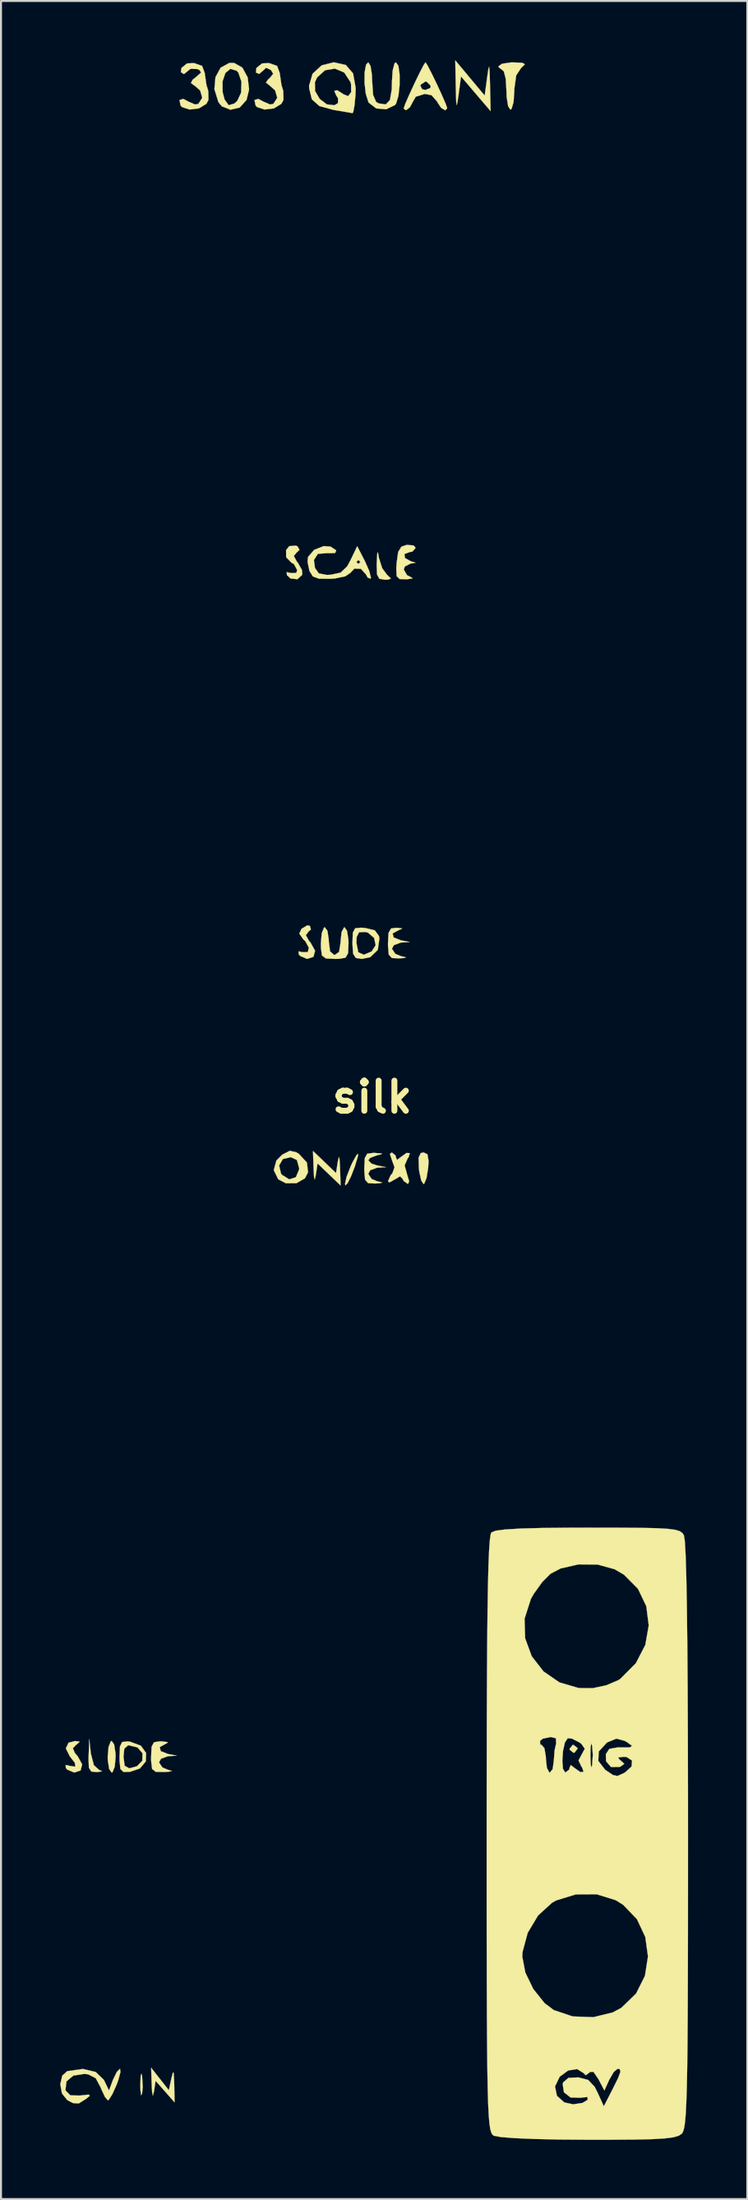
<source format=kicad_pcb>
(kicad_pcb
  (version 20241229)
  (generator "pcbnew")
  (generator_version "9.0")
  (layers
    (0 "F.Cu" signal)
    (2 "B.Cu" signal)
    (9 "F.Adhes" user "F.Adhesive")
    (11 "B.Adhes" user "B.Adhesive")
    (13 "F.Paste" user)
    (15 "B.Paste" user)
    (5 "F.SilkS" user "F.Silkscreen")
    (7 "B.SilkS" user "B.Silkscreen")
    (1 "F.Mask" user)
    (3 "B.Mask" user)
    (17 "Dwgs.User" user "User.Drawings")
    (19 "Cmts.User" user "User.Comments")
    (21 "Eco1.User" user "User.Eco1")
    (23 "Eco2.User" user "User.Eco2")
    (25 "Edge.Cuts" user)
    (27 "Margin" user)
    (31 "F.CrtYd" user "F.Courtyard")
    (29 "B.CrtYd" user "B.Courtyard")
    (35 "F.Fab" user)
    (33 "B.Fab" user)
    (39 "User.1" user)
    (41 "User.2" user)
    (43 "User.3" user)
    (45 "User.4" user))
  (footprint "silk"
    (layer "F.Cu")
    (at 15.807 52.505)
    (property "Reference" "silk" (at 0 0 0) (layer "F.SilkS") (effects (font (size 1.524 1.524) (thickness 0.3))))
    (attr through_hole)
    (fp_poly (pts (xy -11.659 49.55) (xy -11.626 50.133) (xy -11.659 50.45) (xy -11.708 50.545) (xy -11.74 50.294) (xy -11.746 50) (xy -11.73 49.567) (xy -11.69 49.449) (xy -11.659 49.55)) (stroke (width 0.01) (type solid)) (fill yes) (layer "F.SilkS"))
    (fp_poly (pts (xy 10.394 32.952) (xy 10.4 33) (xy 10.248 33.194) (xy 10.2 33.2) (xy 10.006 33.048) (xy 10 33) (xy 10.152 32.806) (xy 10.2 32.8) (xy 10.394 32.952)) (stroke (width 0.01) (type solid)) (fill yes) (layer "F.SilkS"))
    (fp_poly (pts (xy -14.255 33.238) (xy -14.1 33.829) (xy -13.839 34.064) (xy -13.682 34.136) (xy -13.914 34.175) (xy -13.95 34.177) (xy -14.232 34.148) (xy -14.354 33.954) (xy -14.371 33.488) (xy -14.366 33.35) (xy -14.333 32.5) (xy -14.255 33.238)) (stroke (width 0.01) (type solid)) (fill yes) (layer "F.SilkS"))
    (fp_poly (pts (xy -0.726 3) (xy -0.882 3.521) (xy -1.069 4.003) (xy -1.242 4.351) (xy -1.357 4.467) (xy -1.378 4.4) (xy -1.301 4.044) (xy -1.094 3.509) (xy -0.997 3.3) (xy -0.793 2.93) (xy -0.708 2.871) (xy -0.726 3)) (stroke (width 0.01) (type solid)) (fill yes) (layer "F.SilkS"))
    (fp_poly (pts (xy -13.075 32.777) (xy -13.005 33.221) (xy -13 33.4) (xy -13.044 33.901) (xy -13.155 34.18) (xy -13.2 34.2) (xy -13.325 34.023) (xy -13.395 33.579) (xy -13.4 33.4) (xy -13.356 32.899) (xy -13.245 32.62) (xy -13.2 32.6) (xy -13.075 32.777)) (stroke (width 0.01) (type solid)) (fill yes) (layer "F.SilkS"))
    (fp_poly (pts (xy 2.798 2.892) (xy 2.857 3.228) (xy 2.834 3.6) (xy 2.751 4.101) (xy 2.637 4.38) (xy 2.6 4.4) (xy 2.484 4.223) (xy 2.387 3.779) (xy 2.366 3.6) (xy 2.351 3.067) (xy 2.459 2.834) (xy 2.6 2.8) (xy 2.798 2.892)) (stroke (width 0.01) (type solid)) (fill yes) (layer "F.SilkS"))
    (fp_poly (pts (xy 0.34 -27.315) (xy 0.342 -27.3) (xy 0.506 -26.783) (xy 0.751 -26.45) (xy 0.951 -26.26) (xy 0.799 -26.203) (xy 0.638 -26.2) (xy 0.363 -26.248) (xy 0.243 -26.465) (xy 0.227 -26.957) (xy 0.23 -27.05) (xy 0.255 -27.513) (xy 0.289 -27.595) (xy 0.34 -27.315)) (stroke (width 0.01) (type solid)) (fill yes) (layer "F.SilkS"))
    (fp_poly (pts (xy -2.415 3.285) (xy -1.831 3.845) (xy -1.745 3.273) (xy -1.691 3.027) (xy -1.653 3.16) (xy -1.63 3.587) (xy -1.6 4.475) (xy -2.185 3.915) (xy -2.769 3.355) (xy -2.855 3.927) (xy -2.909 4.173) (xy -2.947 4.04) (xy -2.97 3.613) (xy -3 2.725) (xy -2.415 3.285)) (stroke (width 0.01) (type solid)) (fill yes) (layer "F.SilkS"))
    (fp_poly (pts (xy -10.751 49.717) (xy -10.302 50.288) (xy -10.175 49.694) (xy -10.098 49.39) (xy -10.055 49.421) (xy -10.034 49.814) (xy -10.03 50) (xy -10.013 50.9) (xy -10.493 50.354) (xy -10.974 49.808) (xy -11.057 50.354) (xy -11.112 50.565) (xy -11.151 50.377) (xy -11.17 50.023) (xy -11.2 49.146) (xy -10.751 49.717)) (stroke (width 0.01) (type solid)) (fill yes) (layer "F.SilkS"))
    (fp_poly (pts (xy 5.7 -50.715) (xy 5.82 -51.607) (xy 5.884 -52.052) (xy 5.924 -52.179) (xy 5.948 -51.961) (xy 5.966 -51.375) (xy 5.97 -51.214) (xy 6 -49.928) (xy 5.25 -50.806) (xy 4.5 -51.685) (xy 4.38 -50.792) (xy 4.316 -50.353) (xy 4.277 -50.233) (xy 4.254 -50.456) (xy 4.237 -51.05) (xy 4.234 -51.2) (xy 4.208 -52.5) (xy 5.7 -50.715)) (stroke (width 0.01) (type solid)) (fill yes) (layer "F.SilkS"))
    (fp_poly (pts (xy -14.817 32.637) (xy -14.972 32.778) (xy -14.992 32.791) (xy -15.166 32.971) (xy -15.062 33.213) (xy -14.922 33.375) (xy -14.693 33.789) (xy -14.777 34.096) (xy -15.1 34.2) (xy -15.451 34.05) (xy -15.521 33.966) (xy -15.531 33.816) (xy -15.333 33.86) (xy -15.044 33.904) (xy -15.062 33.712) (xy -15.32 33.378) (xy -15.522 32.977) (xy -15.383 32.688) (xy -15.038 32.603) (xy -14.817 32.637)) (stroke (width 0.01) (type solid)) (fill yes) (layer "F.SilkS"))
    (fp_poly (pts (xy -3.156 -8.673) (xy -3.105 -8.489) (xy -3.221 -8.387) (xy -3.361 -8.204) (xy -3.208 -7.923) (xy -3.122 -7.825) (xy -2.893 -7.411) (xy -2.977 -7.104) (xy -3.3 -7) (xy -3.651 -7.15) (xy -3.721 -7.234) (xy -3.731 -7.384) (xy -3.533 -7.34) (xy -3.262 -7.345) (xy -3.21 -7.566) (xy -3.381 -7.884) (xy -3.502 -8.002) (xy -3.693 -8.283) (xy -3.58 -8.524) (xy -3.294 -8.697) (xy -3.156 -8.673)) (stroke (width 0.01) (type solid)) (fill yes) (layer "F.SilkS"))
    (fp_poly (pts (xy -3.779 -27.887) (xy -3.684 -27.709) (xy -3.821 -27.587) (xy -3.971 -27.403) (xy -3.822 -27.125) (xy -3.768 -27.062) (xy -3.556 -26.686) (xy -3.543 -26.45) (xy -3.79 -26.225) (xy -4.137 -26.263) (xy -4.321 -26.434) (xy -4.331 -26.584) (xy -4.133 -26.54) (xy -3.85 -26.542) (xy -3.8 -26.685) (xy -3.961 -26.988) (xy -4.1 -27.072) (xy -4.359 -27.338) (xy -4.363 -27.701) (xy -4.2 -27.9) (xy -3.866 -27.926) (xy -3.779 -27.887)) (stroke (width 0.01) (type solid)) (fill yes) (layer "F.SilkS"))
    (fp_poly (pts (xy 7.614 -52.374) (xy 7.734 -52.3) (xy 7.567 -52.134) (xy 7.55 -52.122) (xy 7.296 -51.739) (xy 7.202 -51.062) (xy 7.2 -50.928) (xy 7.161 -50.382) (xy 7.063 -50.048) (xy 7 -50) (xy 6.886 -50.18) (xy 6.813 -50.64) (xy 6.8 -51) (xy 6.764 -51.57) (xy 6.672 -51.933) (xy 6.6 -52) (xy 6.406 -52.152) (xy 6.4 -52.2) (xy 6.577 -52.327) (xy 7.014 -52.391) (xy 7.15 -52.394) (xy 7.614 -52.374)) (stroke (width 0.01) (type solid)) (fill yes) (layer "F.SilkS"))
    (fp_poly (pts (xy -10.65 32.623) (xy -10.347 32.662) (xy -10.423 32.73) (xy -10.45 32.738) (xy -10.765 32.912) (xy -10.712 33.116) (xy -10.35 33.259) (xy -9.9 33.346) (xy -10.35 33.373) (xy -10.701 33.502) (xy -10.8 33.686) (xy -10.63 33.942) (xy -10.35 34.059) (xy -10.144 34.12) (xy -10.319 34.16) (xy -10.55 34.173) (xy -10.966 34.164) (xy -11.151 34.018) (xy -11.199 33.622) (xy -11.2 33.4) (xy -11.176 32.888) (xy -11.052 32.665) (xy -10.75 32.62) (xy -10.65 32.623)) (stroke (width 0.01) (type solid)) (fill yes) (layer "F.SilkS"))
    (fp_poly (pts (xy 1.25 -8.577) (xy 1.521 -8.543) (xy 1.407 -8.478) (xy 1.35 -8.462) (xy 1.035 -8.288) (xy 1.088 -8.084) (xy 1.45 -7.941) (xy 1.9 -7.854) (xy 1.45 -7.827) (xy 1.099 -7.698) (xy 1 -7.514) (xy 1.17 -7.258) (xy 1.45 -7.141) (xy 1.714 -7.078) (xy 1.609 -7.043) (xy 1.35 -7.027) (xy 0.997 -7.044) (xy 0.84 -7.216) (xy 0.801 -7.652) (xy 0.8 -7.8) (xy 0.828 -8.315) (xy 0.954 -8.539) (xy 1.239 -8.577) (xy 1.25 -8.577)) (stroke (width 0.01) (type solid)) (fill yes) (layer "F.SilkS"))
    (fp_poly (pts (xy 0.15 2.827) (xy 0.493 2.855) (xy 0.456 2.897) (xy 0.25 2.941) (xy -0.101 3.074) (xy -0.2 3.2) (xy -0.031 3.367) (xy 0.25 3.459) (xy 0.7 3.546) (xy 0.25 3.573) (xy -0.101 3.702) (xy -0.2 3.886) (xy -0.03 4.142) (xy 0.25 4.259) (xy 0.514 4.322) (xy 0.409 4.357) (xy 0.15 4.373) (xy -0.203 4.356) (xy -0.36 4.184) (xy -0.399 3.748) (xy -0.4 3.6) (xy -0.376 3.088) (xy -0.253 2.866) (xy 0.048 2.823) (xy 0.15 2.827)) (stroke (width 0.01) (type solid)) (fill yes) (layer "F.SilkS"))
    (fp_poly (pts (xy 2.098 -27.935) (xy 2.2 -27.814) (xy 2.038 -27.624) (xy 1.9 -27.6) (xy 1.631 -27.501) (xy 1.662 -27.298) (xy 1.95 -27.138) (xy 2.196 -27.062) (xy 2.054 -27.031) (xy 1.95 -27.023) (xy 1.653 -26.869) (xy 1.6 -26.715) (xy 1.766 -26.429) (xy 1.95 -26.338) (xy 2.055 -26.268) (xy 1.787 -26.225) (xy 1.738 -26.223) (xy 1.389 -26.235) (xy 1.238 -26.383) (xy 1.221 -26.773) (xy 1.238 -27.05) (xy 1.315 -27.605) (xy 1.48 -27.874) (xy 1.75 -27.964) (xy 2.098 -27.935)) (stroke (width 0.01) (type solid)) (fill yes) (layer "F.SilkS"))
    (fp_poly (pts (xy -12.27 32.637) (xy -11.72 32.841) (xy -11.453 33.213) (xy -11.47 33.635) (xy -11.769 33.993) (xy -12.27 34.163) (xy -12.606 34.171) (xy -12.758 34.018) (xy -12.799 33.601) (xy -12.8 33.4) (xy -12.6 33.4) (xy -12.541 33.858) (xy -12.31 33.986) (xy -11.916 33.879) (xy -11.648 33.606) (xy -11.636 33.226) (xy -11.883 32.936) (xy -11.916 32.921) (xy -12.36 32.815) (xy -12.56 32.989) (xy -12.6 33.4) (xy -12.8 33.4) (xy -12.779 32.879) (xy -12.669 32.655) (xy -12.399 32.623) (xy -12.27 32.637)) (stroke (width 0.01) (type solid)) (fill yes) (layer "F.SilkS"))
    (fp_poly (pts (xy -3.842 2.794) (xy -3.709 2.877) (xy -3.307 3.314) (xy -3.251 3.808) (xy -3.408 4.11) (xy -3.839 4.358) (xy -4.377 4.361) (xy -4.76 4.16) (xy -4.987 3.698) (xy -4.922 3.459) (xy -4.715 3.459) (xy -4.622 3.866) (xy -4.572 3.934) (xy -4.201 4.164) (xy -3.868 4.056) (xy -3.702 3.661) (xy -3.7 3.597) (xy -3.816 3.181) (xy -4.125 3.039) (xy -4.525 3.134) (xy -4.715 3.459) (xy -4.922 3.459) (xy -4.855 3.211) (xy -4.559 2.914) (xy -4.175 2.716) (xy -3.842 2.794)) (stroke (width 0.01) (type solid)) (fill yes) (layer "F.SilkS"))
    (fp_poly (pts (xy 1.187 2.957) (xy 1.2 3.04) (xy 1.259 3.179) (xy 1.44 3.04) (xy 1.739 2.827) (xy 1.907 2.836) (xy 1.84 3.048) (xy 1.795 3.106) (xy 1.643 3.456) (xy 1.766 3.906) (xy 1.873 4.262) (xy 1.812 4.4) (xy 1.593 4.242) (xy 1.549 4.15) (xy 1.414 4.009) (xy 1.134 4.174) (xy 1.133 4.174) (xy 0.874 4.319) (xy 0.8 4.264) (xy 0.926 3.971) (xy 1.019 3.861) (xy 1.133 3.553) (xy 1.011 3.221) (xy 0.896 2.877) (xy 0.993 2.8) (xy 1.187 2.957)) (stroke (width 0.01) (type solid)) (fill yes) (layer "F.SilkS"))
    (fp_poly (pts (xy -1.275 -8.423) (xy -1.205 -7.979) (xy -1.2 -7.8) (xy -1.221 -7.288) (xy -1.352 -7.06) (xy -1.693 -7.002) (xy -1.9 -7) (xy -2.348 -7.024) (xy -2.547 -7.174) (xy -2.598 -7.564) (xy -2.6 -7.8) (xy -2.556 -8.301) (xy -2.445 -8.58) (xy -2.4 -8.6) (xy -2.268 -8.424) (xy -2.202 -7.992) (xy -2.2 -7.9) (xy -2.135 -7.382) (xy -1.927 -7.201) (xy -1.9 -7.2) (xy -1.678 -7.352) (xy -1.601 -7.836) (xy -1.6 -7.9) (xy -1.55 -8.363) (xy -1.426 -8.594) (xy -1.4 -8.6) (xy -1.275 -8.423)) (stroke (width 0.01) (type solid)) (fill yes) (layer "F.SilkS"))
    (fp_poly (pts (xy -0.35 -8.563) (xy 0.133 -8.445) (xy 0.341 -8.163) (xy 0.365 -8.039) (xy 0.284 -7.456) (xy -0.101 -7.087) (xy -0.524 -7) (xy -0.83 -7.047) (xy -0.967 -7.262) (xy -1 -7.755) (xy -1 -7.813) (xy -1 -7.814) (xy -0.8 -7.814) (xy -0.706 -7.336) (xy -0.421 -7.21) (xy -0.03 -7.377) (xy 0.175 -7.69) (xy 0.098 -8.06) (xy -0.21 -8.327) (xy -0.352 -8.364) (xy -0.668 -8.348) (xy -0.787 -8.103) (xy -0.8 -7.814) (xy -1 -7.814) (xy -0.981 -8.328) (xy -0.865 -8.549) (xy -0.559 -8.581) (xy -0.35 -8.563)) (stroke (width 0.01) (type solid)) (fill yes) (layer "F.SilkS"))
    (fp_poly (pts (xy -6.577 -52.13) (xy -6.309 -51.636) (xy -6.238 -51.021) (xy -6.366 -50.496) (xy -6.713 -50.11) (xy -7.182 -49.998) (xy -7.622 -50.173) (xy -7.793 -50.387) (xy -7.993 -51.036) (xy -7.959 -51.44) (xy -7.581 -51.44) (xy -7.579 -50.897) (xy -7.479 -50.516) (xy -7.272 -50.227) (xy -6.981 -50.314) (xy -6.84 -50.44) (xy -6.641 -50.863) (xy -6.622 -51.412) (xy -6.779 -51.875) (xy -6.865 -51.971) (xy -7.184 -52.069) (xy -7.436 -51.861) (xy -7.581 -51.44) (xy -7.959 -51.44) (xy -7.941 -51.649) (xy -7.679 -52.126) (xy -7.245 -52.366) (xy -6.995 -52.369) (xy -6.577 -52.13)) (stroke (width 0.01) (type solid)) (fill yes) (layer "F.SilkS"))
    (fp_poly (pts (xy 1.326 -52.226) (xy 1.388 -51.793) (xy 1.388 -51.239) (xy 1.328 -50.7) (xy 1.211 -50.312) (xy 1.16 -50.24) (xy 0.71 -50.021) (xy 0.202 -50.066) (xy -0.176 -50.357) (xy -0.193 -50.387) (xy -0.324 -50.806) (xy -0.388 -51.353) (xy -0.384 -51.891) (xy -0.31 -52.283) (xy -0.2 -52.4) (xy -0.085 -52.22) (xy -0.013 -51.762) (xy 0 -51.421) (xy 0.045 -50.753) (xy 0.196 -50.401) (xy 0.318 -50.321) (xy 0.685 -50.268) (xy 0.899 -50.489) (xy 0.991 -51.031) (xy 1 -51.412) (xy 1.036 -51.978) (xy 1.129 -52.336) (xy 1.2 -52.4) (xy 1.326 -52.226)) (stroke (width 0.01) (type solid)) (fill yes) (layer "F.SilkS"))
    (fp_poly (pts (xy -4.816 -52.216) (xy -4.679 -51.841) (xy -4.677 -51.8) (xy -4.599 -51.259) (xy -4.505 -50.947) (xy -4.496 -50.492) (xy -4.602 -50.297) (xy -4.976 -50.068) (xy -5.453 -50.009) (xy -5.837 -50.134) (xy -5.908 -50.213) (xy -5.965 -50.487) (xy -5.769 -50.549) (xy -5.514 -50.411) (xy -5.172 -50.264) (xy -5.009 -50.295) (xy -4.81 -50.603) (xy -4.918 -50.977) (xy -5.15 -51.186) (xy -5.383 -51.375) (xy -5.266 -51.544) (xy -5.202 -51.588) (xy -5.017 -51.818) (xy -5.129 -52.009) (xy -5.376 -52.125) (xy -5.489 -52.017) (xy -5.725 -51.81) (xy -5.888 -51.881) (xy -5.868 -52.111) (xy -5.58 -52.344) (xy -5.224 -52.361) (xy -4.816 -52.216)) (stroke (width 0.01) (type solid)) (fill yes) (layer "F.SilkS"))
    (fp_poly (pts (xy -8.616 -52.216) (xy -8.479 -51.841) (xy -8.477 -51.8) (xy -8.399 -51.259) (xy -8.305 -50.947) (xy -8.296 -50.492) (xy -8.402 -50.297) (xy -8.776 -50.068) (xy -9.253 -50.009) (xy -9.637 -50.134) (xy -9.708 -50.213) (xy -9.765 -50.487) (xy -9.569 -50.549) (xy -9.314 -50.411) (xy -8.972 -50.264) (xy -8.809 -50.295) (xy -8.61 -50.602) (xy -8.717 -50.973) (xy -8.95 -51.179) (xy -9.185 -51.35) (xy -9.099 -51.518) (xy -8.922 -51.656) (xy -8.672 -51.88) (xy -8.747 -52.008) (xy -8.866 -52.059) (xy -9.2 -52.072) (xy -9.305 -51.991) (xy -9.536 -51.803) (xy -9.691 -51.9) (xy -9.668 -52.111) (xy -9.38 -52.344) (xy -9.024 -52.361) (xy -8.616 -52.216)) (stroke (width 0.01) (type solid)) (fill yes) (layer "F.SilkS"))
    (fp_poly (pts (xy 2.806 -52.237) (xy 3.018 -51.826) (xy 3.28 -51.286) (xy 3.534 -50.735) (xy 3.726 -50.292) (xy 3.8 -50.076) (xy 3.701 -49.969) (xy 3.494 -50.093) (xy 3.314 -50.36) (xy 3.3 -50.4) (xy 3.007 -50.735) (xy 2.668 -50.8) (xy 2.209 -50.659) (xy 2.058 -50.4) (xy 1.909 -50.12) (xy 1.713 -49.972) (xy 1.602 -50.048) (xy 1.6 -50.076) (xy 1.677 -50.301) (xy 1.872 -50.748) (xy 2.088 -51.215) (xy 2.438 -51.215) (xy 2.535 -51.033) (xy 2.7 -51) (xy 2.949 -51.101) (xy 2.962 -51.215) (xy 2.755 -51.422) (xy 2.7 -51.43) (xy 2.465 -51.274) (xy 2.438 -51.215) (xy 2.088 -51.215) (xy 2.127 -51.3) (xy 2.388 -51.839) (xy 2.598 -52.245) (xy 2.7 -52.4) (xy 2.806 -52.237)) (stroke (width 0.01) (type solid)) (fill yes) (layer "F.SilkS"))
    (fp_poly (pts (xy -12.754 49.364) (xy -12.865 49.777) (xy -12.946 50) (xy -13.166 50.489) (xy -13.345 50.772) (xy -13.39 50.8) (xy -13.537 50.632) (xy -13.728 50.222) (xy -13.755 50.15) (xy -14.008 49.676) (xy -14.386 49.483) (xy -14.579 49.459) (xy -15.141 49.546) (xy -15.49 49.84) (xy -15.539 50.262) (xy -15.52 50.32) (xy -15.289 50.547) (xy -14.799 50.557) (xy -14.767 50.552) (xy -14.364 50.507) (xy -14.307 50.567) (xy -14.507 50.73) (xy -14.869 50.955) (xy -15.155 50.939) (xy -15.45 50.784) (xy -15.718 50.451) (xy -15.802 49.982) (xy -15.702 49.546) (xy -15.45 49.321) (xy -14.657 49.209) (xy -14.007 49.364) (xy -13.595 49.762) (xy -13.586 49.78) (xy -13.335 50.3) (xy -13.129 49.75) (xy -12.938 49.358) (xy -12.777 49.2) (xy -12.754 49.364)) (stroke (width 0.01) (type solid)) (fill yes) (layer "F.SilkS"))
    (fp_poly (pts (xy -1.334 -52.263) (xy -0.969 -51.839) (xy -0.838 -51.106) (xy -0.845 -50.782) (xy -0.895 -50.223) (xy -0.961 -49.88) (xy -1 -49.826) (xy -1.242 -49.87) (xy -1.732 -49.952) (xy -1.967 -49.991) (xy -2.672 -50.184) (xy -3.057 -50.524) (xy -3.193 -51.083) (xy -3.197 -51.219) (xy -3.148 -51.386) (xy -2.904 -51.386) (xy -2.893 -50.943) (xy -2.654 -50.538) (xy -2.292 -50.268) (xy -1.912 -50.226) (xy -1.735 -50.332) (xy -1.729 -50.572) (xy -1.826 -50.732) (xy -1.921 -50.952) (xy -1.772 -50.985) (xy -1.495 -50.813) (xy -1.463 -50.783) (xy -1.215 -50.688) (xy -1.065 -50.891) (xy -1.071 -51.293) (xy -1.101 -51.402) (xy -1.418 -51.883) (xy -1.89 -52.081) (xy -2.391 -51.998) (xy -2.792 -51.634) (xy -2.904 -51.386) (xy -3.148 -51.386) (xy -3.022 -51.821) (xy -2.559 -52.247) (xy -1.949 -52.4) (xy -1.334 -52.263)) (stroke (width 0.01) (type solid)) (fill yes) (layer "F.SilkS"))
    (fp_poly (pts (xy -2.114 -27.878) (xy -1.822 -27.688) (xy -1.885 -27.547) (xy -2.261 -27.544) (xy -2.277 -27.547) (xy -2.754 -27.511) (xy -2.953 -27.198) (xy -2.9 -26.799) (xy -2.707 -26.521) (xy -2.299 -26.442) (xy -2.1 -26.451) (xy -1.6 -26.56) (xy -1.27 -26.874) (xy -1.147 -27.1) (xy -0.8 -27.1) (xy -0.7 -27) (xy -0.6 -27.1) (xy -0.7 -27.2) (xy -0.8 -27.1) (xy -1.147 -27.1) (xy -1.093 -27.199) (xy -0.759 -27.899) (xy -0.365 -27.131) (xy -0.148 -26.639) (xy -0.066 -26.309) (xy -0.081 -26.253) (xy -0.23 -26.31) (xy -0.317 -26.471) (xy -0.572 -26.751) (xy -0.904 -26.763) (xy -1.111 -26.543) (xy -1.362 -26.373) (xy -1.884 -26.264) (xy -2.113 -26.247) (xy -2.694 -26.252) (xy -3.006 -26.366) (xy -3.175 -26.636) (xy -3.182 -26.654) (xy -3.275 -27.108) (xy -3.25 -27.356) (xy -2.939 -27.712) (xy -2.457 -27.903) (xy -2.114 -27.878)) (stroke (width 0.01) (type solid)) (fill yes) (layer "F.SilkS"))
    (fp_poly (pts (xy 12.417 21.802) (xy 13.552 21.809) (xy 14.386 21.827) (xy 14.97 21.859) (xy 15.354 21.909) (xy 15.587 21.98) (xy 15.72 22.078) (xy 15.793 22.187) (xy 15.838 22.477) (xy 15.878 23.165) (xy 15.913 24.251) (xy 15.941 25.733) (xy 15.964 27.608) (xy 15.982 29.877) (xy 15.993 32.537) (xy 15.999 35.588) (xy 16 37.373) (xy 15.999 40.184) (xy 15.997 42.622) (xy 15.992 44.714) (xy 15.985 46.486) (xy 15.974 47.965) (xy 15.959 49.178) (xy 15.939 50.152) (xy 15.914 50.914) (xy 15.884 51.49) (xy 15.848 51.908) (xy 15.805 52.193) (xy 15.754 52.373) (xy 15.696 52.475) (xy 15.686 52.486) (xy 15.53 52.59) (xy 15.266 52.669) (xy 14.842 52.725) (xy 14.21 52.763) (xy 13.317 52.784) (xy 12.114 52.793) (xy 10.936 52.794) (xy 9.47 52.783) (xy 8.214 52.755) (xy 7.213 52.712) (xy 6.514 52.657) (xy 6.163 52.591) (xy 6.15 52.584) (xy 6.084 52.527) (xy 6.028 52.421) (xy 5.979 52.239) (xy 5.938 51.953) (xy 5.903 51.537) (xy 5.875 50.964) (xy 5.852 50.208) (xy 5.85 50.095) (xy 9.262 50.095) (xy 9.358 50.567) (xy 9.732 50.904) (xy 10.184 51) (xy 10.654 50.929) (xy 10.918 50.771) (xy 10.907 50.627) (xy 10.563 50.666) (xy 10.553 50.669) (xy 10.05 50.653) (xy 9.714 50.39) (xy 9.65 49.976) (xy 9.676 49.89) (xy 9.941 49.66) (xy 10.449 49.637) (xy 10.942 49.765) (xy 11.268 50.108) (xy 11.417 50.4) (xy 11.735 51.1) (xy 12.167 50.258) (xy 12.46 49.668) (xy 12.578 49.348) (xy 12.542 49.219) (xy 12.432 49.2) (xy 12.239 49.362) (xy 12.014 49.75) (xy 11.763 50.299) (xy 11.461 49.722) (xy 11.21 49.355) (xy 11.028 49.359) (xy 11.004 49.393) (xy 10.819 49.528) (xy 10.713 49.421) (xy 10.385 49.215) (xy 9.929 49.287) (xy 9.499 49.601) (xy 9.262 50.095) (xy 5.85 50.095) (xy 5.835 49.241) (xy 5.822 48.036) (xy 5.812 46.568) (xy 5.806 44.808) (xy 5.804 43.519) (xy 7.604 43.519) (xy 7.757 44.325) (xy 8.164 45.163) (xy 8.733 45.876) (xy 9.202 46.229) (xy 10.161 46.55) (xy 11.206 46.587) (xy 12.187 46.347) (xy 12.625 46.112) (xy 13.371 45.388) (xy 13.819 44.492) (xy 13.972 43.509) (xy 13.836 42.526) (xy 13.414 41.626) (xy 12.712 40.897) (xy 12.334 40.662) (xy 11.372 40.364) (xy 10.317 40.37) (xy 9.327 40.673) (xy 9.112 40.792) (xy 8.404 41.438) (xy 7.877 42.318) (xy 7.618 43.281) (xy 7.604 43.519) (xy 5.804 43.519) (xy 5.802 42.731) (xy 5.8 40.309) (xy 5.8 37.515) (xy 5.8 37.33) (xy 5.802 34.348) (xy 5.805 32.6) (xy 8.5 32.6) (xy 8.516 32.784) (xy 8.588 32.8) (xy 8.728 32.976) (xy 8.798 33.408) (xy 8.8 33.5) (xy 8.85 33.963) (xy 8.974 34.194) (xy 9 34.2) (xy 9.142 34.027) (xy 9.2 33.616) (xy 9.201 33.605) (xy 9.632 33.605) (xy 9.667 34.019) (xy 9.783 34.2) (xy 9.789 34.2) (xy 9.987 34.043) (xy 10 33.96) (xy 10.059 33.821) (xy 10.24 33.96) (xy 10.538 34.172) (xy 10.708 34.166) (xy 10.645 33.958) (xy 10.6 33.9) (xy 10.454 33.586) (xy 10.606 33.3) (xy 11.057 33.3) (xy 11.07 33.774) (xy 11.106 33.948) (xy 11.141 33.853) (xy 11.157 33.611) (xy 11.454 33.611) (xy 11.806 34.061) (xy 11.845 34.089) (xy 12.205 34.329) (xy 12.432 34.372) (xy 12.727 34.239) (xy 12.813 34.193) (xy 13.142 33.893) (xy 13.164 33.592) (xy 12.889 33.414) (xy 12.75 33.403) (xy 12.46 33.436) (xy 12.536 33.553) (xy 12.594 33.592) (xy 12.772 33.761) (xy 12.584 33.895) (xy 12.531 33.916) (xy 12.101 33.922) (xy 11.849 33.63) (xy 11.838 33.271) (xy 12.013 33.002) (xy 12.445 32.926) (xy 12.557 32.929) (xy 13.051 32.929) (xy 13.164 32.847) (xy 12.913 32.662) (xy 12.787 32.593) (xy 12.374 32.483) (xy 11.929 32.663) (xy 11.887 32.69) (xy 11.481 33.128) (xy 11.454 33.611) (xy 11.157 33.611) (xy 11.177 33.304) (xy 11.144 32.853) (xy 11.098 32.714) (xy 11.066 32.93) (xy 11.057 33.3) (xy 10.606 33.3) (xy 10.618 33.278) (xy 10.77 32.995) (xy 10.604 32.755) (xy 10.501 32.676) (xy 10.121 32.482) (xy 9.908 32.463) (xy 9.763 32.676) (xy 9.667 33.107) (xy 9.632 33.605) (xy 9.201 33.605) (xy 9.241 33.075) (xy 9.321 32.716) (xy 9.306 32.462) (xy 9.033 32.4) (xy 8.641 32.487) (xy 8.5 32.6) (xy 5.805 32.6) (xy 5.806 31.746) (xy 5.815 29.502) (xy 5.827 27.598) (xy 5.84 26.413) (xy 7.718 26.413) (xy 7.748 27.401) (xy 8.083 28.312) (xy 8.679 29.079) (xy 9.49 29.638) (xy 10.469 29.922) (xy 11.173 29.929) (xy 11.856 29.783) (xy 12.461 29.527) (xy 12.573 29.454) (xy 13.358 28.664) (xy 13.837 27.737) (xy 14.011 26.75) (xy 13.887 25.778) (xy 13.466 24.897) (xy 12.755 24.181) (xy 12.284 23.906) (xy 11.425 23.669) (xy 10.456 23.659) (xy 9.547 23.866) (xy 9.035 24.134) (xy 8.617 24.551) (xy 8.188 25.149) (xy 8.039 25.412) (xy 7.718 26.413) (xy 5.84 26.413) (xy 5.844 26.011) (xy 5.865 24.723) (xy 5.891 23.712) (xy 5.922 22.958) (xy 5.959 22.44) (xy 6.002 22.139) (xy 6.04 22.04) (xy 6.26 21.955) (xy 6.75 21.891) (xy 7.539 21.844) (xy 8.657 21.815) (xy 10.131 21.801) (xy 10.933 21.8) (xy 12.417 21.802)) (stroke (width 0.01) (type solid)) (fill yes) (layer "F.SilkS")))
  (gr_rect
    (start -3 -3)
    (end 34.812 108.304)
    (stroke (width 0.1) (type default))
    (fill no)
    (layer "Edge.Cuts")))
</source>
